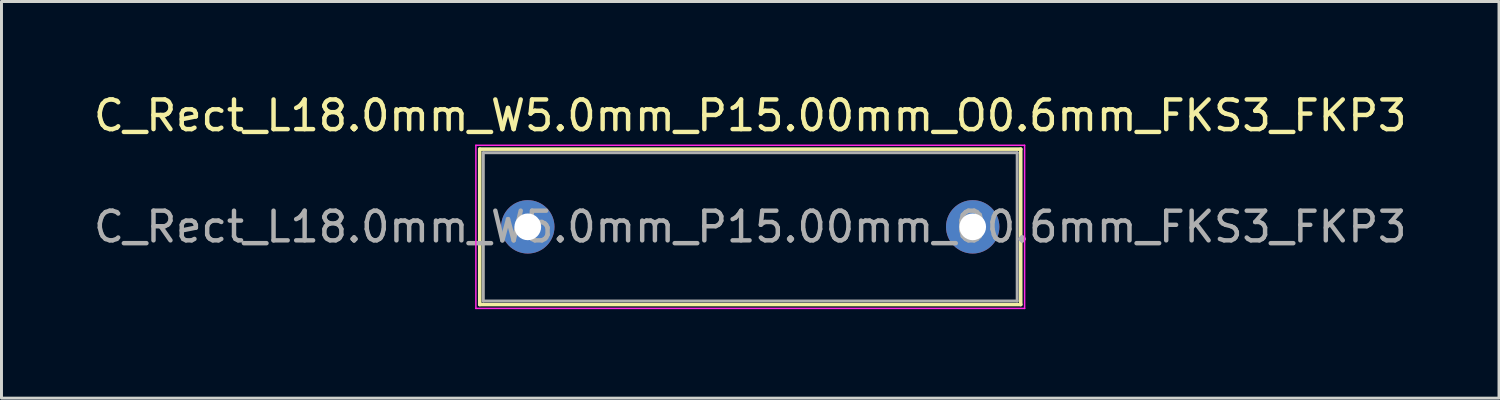
<source format=kicad_pcb>
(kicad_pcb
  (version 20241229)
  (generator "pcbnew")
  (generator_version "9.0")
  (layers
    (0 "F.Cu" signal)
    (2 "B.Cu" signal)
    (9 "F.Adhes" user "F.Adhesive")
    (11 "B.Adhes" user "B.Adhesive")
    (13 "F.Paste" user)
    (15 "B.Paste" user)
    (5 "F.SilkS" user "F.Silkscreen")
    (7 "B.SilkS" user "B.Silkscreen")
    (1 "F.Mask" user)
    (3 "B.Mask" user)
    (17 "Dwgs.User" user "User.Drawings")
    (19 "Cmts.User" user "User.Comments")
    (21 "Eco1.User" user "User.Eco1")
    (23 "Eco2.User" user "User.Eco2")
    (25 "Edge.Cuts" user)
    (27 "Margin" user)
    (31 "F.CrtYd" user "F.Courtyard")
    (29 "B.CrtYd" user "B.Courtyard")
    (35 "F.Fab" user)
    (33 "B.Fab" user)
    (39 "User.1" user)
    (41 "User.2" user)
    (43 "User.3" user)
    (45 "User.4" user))
  (footprint "C_Rect_L18.0mm_W5.0mm_P15.00mm_O0.6mm_FKS3_FKP3"
    (layer "F.Cu")
    (at 14.744 4.598)
    (property "Reference" "C_Rect_L18.0mm_W5.0mm_P15.00mm_O0.6mm_FKS3_FKP3" (at 7.5 -3.75 0) (layer "F.SilkS") (effects (font (size 1 1) (thickness 0.15))))
    (attr through_hole)
    (fp_line (start -1.62 -2.62) (end -1.62 2.62) (stroke (width 0.12) (type solid)) (layer "F.SilkS"))
    (fp_line (start -1.62 -2.62) (end 16.62 -2.62) (stroke (width 0.12) (type solid)) (layer "F.SilkS"))
    (fp_line (start -1.62 2.62) (end 16.62 2.62) (stroke (width 0.12) (type solid)) (layer "F.SilkS"))
    (fp_line (start 16.62 -2.62) (end 16.62 2.62) (stroke (width 0.12) (type solid)) (layer "F.SilkS"))
    (fp_line (start -1.75 -2.75) (end -1.75 2.75) (stroke (width 0.05) (type solid)) (layer "F.CrtYd"))
    (fp_line (start -1.75 2.75) (end 16.75 2.75) (stroke (width 0.05) (type solid)) (layer "F.CrtYd"))
    (fp_line (start 16.75 -2.75) (end -1.75 -2.75) (stroke (width 0.05) (type solid)) (layer "F.CrtYd"))
    (fp_line (start 16.75 2.75) (end 16.75 -2.75) (stroke (width 0.05) (type solid)) (layer "F.CrtYd"))
    (fp_line (start -1.5 -2.5) (end -1.5 2.5) (stroke (width 0.1) (type solid)) (layer "F.Fab"))
    (fp_line (start -1.5 2.5) (end 16.5 2.5) (stroke (width 0.1) (type solid)) (layer "F.Fab"))
    (fp_line (start 16.5 -2.5) (end -1.5 -2.5) (stroke (width 0.1) (type solid)) (layer "F.Fab"))
    (fp_line (start 16.5 2.5) (end 16.5 -2.5) (stroke (width 0.1) (type solid)) (layer "F.Fab"))
    (fp_text user "${REFERENCE}" (at 7.5 0 0) (layer "F.Fab") (effects (font (size 1 1) (thickness 0.15))))
    (pad "1" thru_hole circle (at 0 0) (size 1.8 1.8) (drill 0.9) (layers "*.Cu" "*.Mask"))
    (pad "2" thru_hole circle (at 15 0) (size 1.8 1.8) (drill 0.9) (layers "*.Cu" "*.Mask")))
  (gr_rect
    (start -3 -3)
    (end 47.488 10.373)
    (stroke (width 0.1) (type default))
    (fill no)
    (layer "Edge.Cuts")))
</source>
